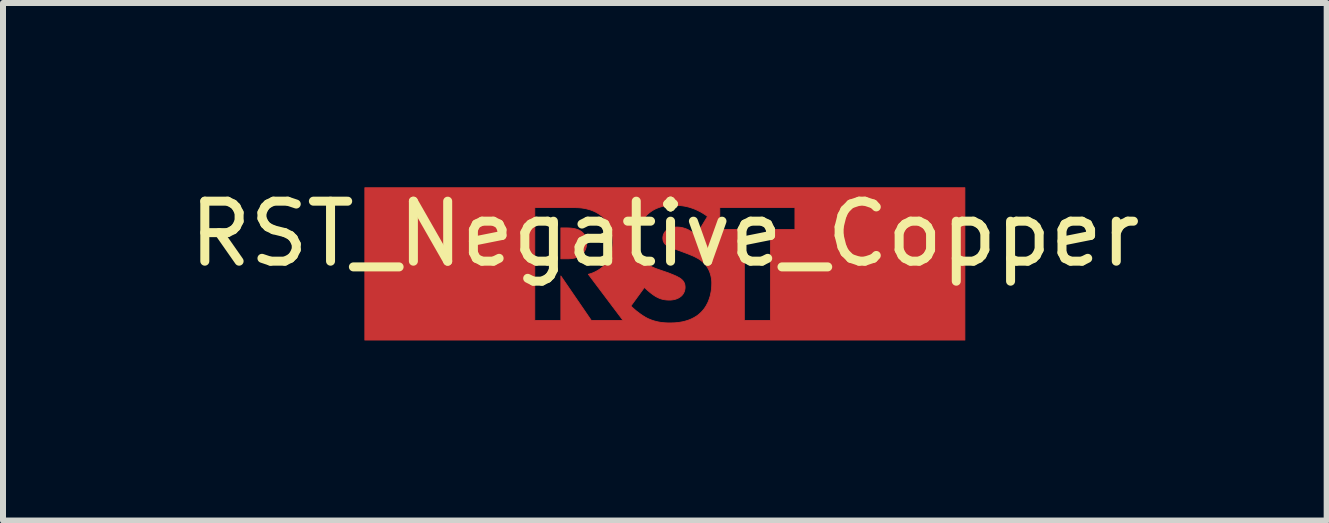
<source format=kicad_pcb>
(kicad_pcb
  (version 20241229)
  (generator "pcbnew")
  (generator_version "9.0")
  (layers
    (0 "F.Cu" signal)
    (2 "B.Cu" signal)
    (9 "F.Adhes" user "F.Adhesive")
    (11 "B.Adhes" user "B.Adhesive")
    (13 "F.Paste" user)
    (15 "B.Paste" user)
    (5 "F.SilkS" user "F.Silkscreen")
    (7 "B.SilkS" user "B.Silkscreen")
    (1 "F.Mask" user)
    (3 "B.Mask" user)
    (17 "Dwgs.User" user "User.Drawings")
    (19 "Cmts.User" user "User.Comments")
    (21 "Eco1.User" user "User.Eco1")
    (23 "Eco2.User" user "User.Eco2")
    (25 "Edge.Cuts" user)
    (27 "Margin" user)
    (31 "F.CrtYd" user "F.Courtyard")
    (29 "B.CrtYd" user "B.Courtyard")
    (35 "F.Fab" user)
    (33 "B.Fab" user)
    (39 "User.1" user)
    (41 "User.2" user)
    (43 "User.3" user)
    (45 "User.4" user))
  (footprint "RST_Negative_Copper"
    (layer "F.Cu")
    (at 8.03 1.348)
    (property "Reference" "RST_Negative_Copper" (at 0 -0.5 0) (unlocked yes) (layer "F.SilkS") (effects (font (size 1 1) (thickness 0.15))))
    (fp_poly (pts (xy -1.607 -0.599) (xy -1.58 -0.598) (xy -1.565 -0.596) (xy -1.549 -0.595) (xy -1.533 -0.592) (xy -1.516 -0.59) (xy -1.5 -0.586) (xy -1.483 -0.582) (xy -1.467 -0.577) (xy -1.45 -0.571) (xy -1.435 -0.565) (xy -1.419 -0.558) (xy -1.405 -0.549) (xy -1.391 -0.54) (xy -1.384 -0.534) (xy -1.376 -0.528) (xy -1.369 -0.521) (xy -1.361 -0.513) (xy -1.353 -0.504) (xy -1.346 -0.495) (xy -1.339 -0.485) (xy -1.332 -0.474) (xy -1.326 -0.462) (xy -1.321 -0.449) (xy -1.316 -0.435) (xy -1.311 -0.42) (xy -1.308 -0.404) (xy -1.305 -0.387) (xy -1.303 -0.369) (xy -1.303 -0.349) (xy -1.303 -0.341) (xy -1.303 -0.332) (xy -1.304 -0.324) (xy -1.305 -0.316) (xy -1.306 -0.309) (xy -1.307 -0.301) (xy -1.308 -0.294) (xy -1.309 -0.286) (xy -1.311 -0.279) (xy -1.313 -0.272) (xy -1.317 -0.259) (xy -1.321 -0.247) (xy -1.326 -0.235) (xy -1.332 -0.224) (xy -1.337 -0.214) (xy -1.343 -0.204) (xy -1.349 -0.195) (xy -1.355 -0.187) (xy -1.361 -0.179) (xy -1.367 -0.172) (xy -1.373 -0.166) (xy -1.38 -0.159) (xy -1.388 -0.153) (xy -1.395 -0.147) (xy -1.403 -0.141) (xy -1.418 -0.131) (xy -1.435 -0.122) (xy -1.451 -0.114) (xy -1.468 -0.108) (xy -1.485 -0.102) (xy -1.503 -0.097) (xy -1.52 -0.094) (xy -1.537 -0.091) (xy -1.554 -0.089) (xy -1.571 -0.087) (xy -1.588 -0.086) (xy -1.604 -0.085) (xy -1.635 -0.085) (xy -1.733 -0.085) (xy -1.733 -0.6) (xy -1.631 -0.6)) (stroke (width 0.013) (type solid)) (fill yes) (layer "F.Cu"))
    (fp_poly (pts (xy 5.001 1.27) (xy -5 1.27) (xy -5 0.942) (xy -2.167 0.942) (xy -1.733 0.942) (xy -1.733 0.201) (xy -1.225 0.942) (xy -0.696 0.942) (xy -0.877 0.702) (xy -0.566 0.702) (xy -0.537 0.729) (xy -0.506 0.757) (xy -0.473 0.785) (xy -0.437 0.812) (xy -0.401 0.839) (xy -0.382 0.852) (xy -0.364 0.864) (xy -0.345 0.875) (xy -0.327 0.887) (xy -0.308 0.897) (xy -0.29 0.907) (xy -0.268 0.917) (xy -0.245 0.926) (xy -0.223 0.935) (xy -0.2 0.943) (xy -0.178 0.95) (xy -0.155 0.956) (xy -0.132 0.962) (xy -0.109 0.967) (xy -0.086 0.971) (xy -0.062 0.975) (xy -0.038 0.978) (xy -0.015 0.98) (xy 0.01 0.982) (xy 0.034 0.983) (xy 0.059 0.984) (xy 0.084 0.984) (xy 0.135 0.983) (xy 0.164 0.982) (xy 0.196 0.979) (xy 0.228 0.976) (xy 0.263 0.97) (xy 0.298 0.964) (xy 0.334 0.955) (xy 0.371 0.944) (xy 0.407 0.932) (xy 0.444 0.916) (xy 0.48 0.898) (xy 0.516 0.877) (xy 0.534 0.865) (xy 0.551 0.853) (xy 0.568 0.839) (xy 0.584 0.825) (xy 0.6 0.81) (xy 0.616 0.794) (xy 0.634 0.774) (xy 0.652 0.752) (xy 0.668 0.729) (xy 0.684 0.705) (xy 0.698 0.679) (xy 0.712 0.653) (xy 0.725 0.625) (xy 0.736 0.595) (xy 0.746 0.565) (xy 0.756 0.534) (xy 0.763 0.501) (xy 0.77 0.468) (xy 0.775 0.434) (xy 0.779 0.4) (xy 0.781 0.364) (xy 0.782 0.328) (xy 0.782 0.307) (xy 0.781 0.286) (xy 0.779 0.264) (xy 0.776 0.242) (xy 0.772 0.22) (xy 0.767 0.197) (xy 0.761 0.175) (xy 0.754 0.152) (xy 0.746 0.13) (xy 0.736 0.107) (xy 0.725 0.085) (xy 0.712 0.063) (xy 0.698 0.041) (xy 0.682 0.02) (xy 0.664 -0.001) (xy 0.644 -0.021) (xy 0.63 -0.034) (xy 0.615 -0.046) (xy 0.6 -0.058) (xy 0.584 -0.069) (xy 0.568 -0.08) (xy 0.552 -0.09) (xy 0.535 -0.099) (xy 0.518 -0.108) (xy 0.501 -0.117) (xy 0.485 -0.125) (xy 0.451 -0.14) (xy 0.418 -0.153) (xy 0.387 -0.166) (xy 0.246 -0.219) (xy 0.162 -0.249) (xy 0.127 -0.261) (xy 0.112 -0.267) (xy 0.097 -0.273) (xy 0.084 -0.279) (xy 0.071 -0.285) (xy 0.059 -0.29) (xy 0.048 -0.297) (xy 0.037 -0.303) (xy 0.028 -0.31) (xy 0.018 -0.317) (xy 0.009 -0.325) (xy 0.004 -0.33) (xy -0.000479 -0.335) (xy -0.005 -0.341) (xy -0.009 -0.347) (xy -0.013 -0.352) (xy -0.016 -0.358) (xy -0.019 -0.365) (xy -0.022 -0.371) (xy -0.025 -0.377) (xy -0.027 -0.384) (xy -0.029 -0.391) (xy -0.03 -0.398) (xy -0.031 -0.406) (xy -0.032 -0.414) (xy -0.033 -0.422) (xy -0.033 -0.43) (xy -0.033 -0.44) (xy -0.032 -0.449) (xy -0.031 -0.457) (xy -0.029 -0.466) (xy -0.027 -0.474) (xy -0.025 -0.483) (xy -0.022 -0.491) (xy -0.019 -0.498) (xy -0.015 -0.506) (xy -0.012 -0.513) (xy -0.007 -0.52) (xy -0.003 -0.527) (xy 0.001 -0.533) (xy 0.006 -0.539) (xy 0.011 -0.545) (xy 0.016 -0.55) (xy 0.021 -0.555) (xy 0.026 -0.56) (xy 0.031 -0.565) (xy 0.036 -0.569) (xy 0.047 -0.577) (xy 0.058 -0.584) (xy 0.069 -0.59) (xy 0.08 -0.595) (xy 0.092 -0.6) (xy 0.104 -0.603) (xy 0.116 -0.606) (xy 0.129 -0.609) (xy 0.141 -0.61) (xy 0.153 -0.612) (xy 0.165 -0.613) (xy 0.177 -0.613) (xy 0.2 -0.614) (xy 0.224 -0.613) (xy 0.238 -0.612) (xy 0.254 -0.611) (xy 0.27 -0.608) (xy 0.288 -0.605) (xy 0.307 -0.6) (xy 0.327 -0.594) (xy 0.348 -0.587) (xy 0.37 -0.578) (xy 0.393 -0.567) (xy 0.416 -0.554) (xy 0.441 -0.539) (xy 0.466 -0.522) (xy 0.491 -0.502) (xy 0.517 -0.48) (xy 0.517 -0.473) (xy 0.58 -0.575) (xy 0.916 -0.575) (xy 1.325 -0.575) (xy 1.325 0.942) (xy 1.759 0.942) (xy 1.759 -0.575) (xy 2.168 -0.575) (xy 2.168 -0.938) (xy 0.916 -0.938) (xy 0.916 -0.575) (xy 0.58 -0.575) (xy 0.711 -0.79) (xy 0.671 -0.82) (xy 0.63 -0.846) (xy 0.59 -0.869) (xy 0.55 -0.889) (xy 0.512 -0.907) (xy 0.473 -0.922) (xy 0.436 -0.935) (xy 0.4 -0.946) (xy 0.364 -0.955) (xy 0.33 -0.962) (xy 0.297 -0.967) (xy 0.265 -0.971) (xy 0.235 -0.974) (xy 0.207 -0.976) (xy 0.154 -0.977) (xy 0.121 -0.977) (xy 0.089 -0.975) (xy 0.057 -0.973) (xy 0.026 -0.969) (xy -0.005 -0.964) (xy -0.035 -0.958) (xy -0.065 -0.95) (xy -0.095 -0.941) (xy -0.123 -0.93) (xy -0.152 -0.918) (xy -0.18 -0.904) (xy -0.207 -0.888) (xy -0.234 -0.87) (xy -0.26 -0.85) (xy -0.286 -0.828) (xy -0.312 -0.804) (xy -0.332 -0.782) (xy -0.351 -0.76) (xy -0.368 -0.736) (xy -0.385 -0.712) (xy -0.399 -0.688) (xy -0.413 -0.663) (xy -0.424 -0.637) (xy -0.435 -0.611) (xy -0.444 -0.584) (xy -0.452 -0.557) (xy -0.459 -0.529) (xy -0.464 -0.501) (xy -0.469 -0.472) (xy -0.472 -0.442) (xy -0.473 -0.412) (xy -0.474 -0.381) (xy -0.473 -0.345) (xy -0.472 -0.325) (xy -0.47 -0.305) (xy -0.468 -0.285) (xy -0.464 -0.264) (xy -0.46 -0.243) (xy -0.454 -0.221) (xy -0.448 -0.199) (xy -0.44 -0.177) (xy -0.431 -0.156) (xy -0.42 -0.134) (xy -0.408 -0.113) (xy -0.394 -0.093) (xy -0.379 -0.072) (xy -0.37 -0.063) (xy -0.361 -0.053) (xy -0.347 -0.039) (xy -0.333 -0.026) (xy -0.318 -0.013) (xy -0.303 -0.001) (xy -0.287 0.009) (xy -0.271 0.02) (xy -0.254 0.029) (xy -0.237 0.038) (xy -0.22 0.047) (xy -0.203 0.055) (xy -0.168 0.07) (xy -0.134 0.083) (xy -0.1 0.095) (xy 0.055 0.148) (xy 0.105 0.168) (xy 0.135 0.18) (xy 0.166 0.193) (xy 0.197 0.207) (xy 0.212 0.215) (xy 0.226 0.223) (xy 0.24 0.23) (xy 0.253 0.238) (xy 0.264 0.246) (xy 0.274 0.254) (xy 0.281 0.26) (xy 0.288 0.266) (xy 0.294 0.273) (xy 0.3 0.279) (xy 0.306 0.286) (xy 0.311 0.294) (xy 0.316 0.301) (xy 0.32 0.309) (xy 0.324 0.317) (xy 0.328 0.326) (xy 0.331 0.335) (xy 0.333 0.345) (xy 0.335 0.355) (xy 0.336 0.365) (xy 0.337 0.376) (xy 0.338 0.388) (xy 0.337 0.395) (xy 0.337 0.401) (xy 0.337 0.407) (xy 0.336 0.414) (xy 0.335 0.42) (xy 0.334 0.426) (xy 0.333 0.431) (xy 0.332 0.437) (xy 0.331 0.443) (xy 0.329 0.448) (xy 0.326 0.459) (xy 0.322 0.469) (xy 0.317 0.478) (xy 0.312 0.488) (xy 0.307 0.496) (xy 0.302 0.505) (xy 0.296 0.513) (xy 0.29 0.52) (xy 0.284 0.527) (xy 0.277 0.534) (xy 0.27 0.54) (xy 0.258 0.549) (xy 0.246 0.558) (xy 0.234 0.565) (xy 0.221 0.572) (xy 0.208 0.578) (xy 0.195 0.583) (xy 0.182 0.588) (xy 0.169 0.591) (xy 0.156 0.595) (xy 0.144 0.597) (xy 0.131 0.599) (xy 0.119 0.601) (xy 0.107 0.602) (xy 0.095 0.603) (xy 0.084 0.603) (xy 0.073 0.603) (xy 0.057 0.603) (xy 0.041 0.602) (xy 0.025 0.601) (xy 0.009 0.599) (xy -0.006 0.597) (xy -0.021 0.594) (xy -0.036 0.591) (xy -0.051 0.587) (xy -0.065 0.583) (xy -0.079 0.578) (xy -0.094 0.572) (xy -0.108 0.566) (xy -0.122 0.559) (xy -0.136 0.552) (xy -0.15 0.545) (xy -0.163 0.536) (xy -0.174 0.53) (xy -0.184 0.523) (xy -0.195 0.515) (xy -0.206 0.507) (xy -0.229 0.49) (xy -0.253 0.471) (xy -0.276 0.451) (xy -0.299 0.431) (xy -0.32 0.411) (xy -0.34 0.392) (xy -0.566 0.702) (xy -0.877 0.702) (xy -1.275 0.173) (xy -1.256 0.168) (xy -1.237 0.162) (xy -1.218 0.156) (xy -1.2 0.149) (xy -1.182 0.141) (xy -1.164 0.133) (xy -1.147 0.124) (xy -1.13 0.115) (xy -1.113 0.105) (xy -1.097 0.095) (xy -1.082 0.085) (xy -1.067 0.074) (xy -1.053 0.063) (xy -1.039 0.052) (xy -1.026 0.04) (xy -1.014 0.028) (xy -0.992 0.005) (xy -0.972 -0.018) (xy -0.954 -0.042) (xy -0.938 -0.066) (xy -0.925 -0.09) (xy -0.912 -0.115) (xy -0.902 -0.139) (xy -0.893 -0.164) (xy -0.886 -0.189) (xy -0.88 -0.214) (xy -0.875 -0.238) (xy -0.871 -0.262) (xy -0.869 -0.287) (xy -0.867 -0.31) (xy -0.866 -0.334) (xy -0.865 -0.356) (xy -0.866 -0.376) (xy -0.866 -0.394) (xy -0.868 -0.413) (xy -0.869 -0.431) (xy -0.871 -0.449) (xy -0.874 -0.466) (xy -0.877 -0.482) (xy -0.88 -0.499) (xy -0.883 -0.515) (xy -0.887 -0.53) (xy -0.896 -0.56) (xy -0.906 -0.588) (xy -0.917 -0.615) (xy -0.929 -0.64) (xy -0.942 -0.664) (xy -0.956 -0.686) (xy -0.97 -0.707) (xy -0.984 -0.726) (xy -0.998 -0.744) (xy -1.013 -0.761) (xy -1.028 -0.776) (xy -1.046 -0.792) (xy -1.065 -0.807) (xy -1.086 -0.823) (xy -1.108 -0.837) (xy -1.131 -0.851) (xy -1.157 -0.865) (xy -1.183 -0.877) (xy -1.212 -0.889) (xy -1.242 -0.9) (xy -1.274 -0.909) (xy -1.308 -0.918) (xy -1.344 -0.925) (xy -1.382 -0.931) (xy -1.422 -0.935) (xy -1.464 -0.937) (xy -1.508 -0.938) (xy -2.167 -0.938) (xy -2.167 0.942) (xy -5 0.942) (xy -5 -1.27) (xy 5.001 -1.27)) (stroke (width 0.013) (type solid)) (fill yes) (layer "F.Cu")))
  (gr_rect
    (start -3 -3)
    (end 19.06 5.625)
    (stroke (width 0.1) (type default))
    (fill no)
    (layer "Edge.Cuts")))
</source>
